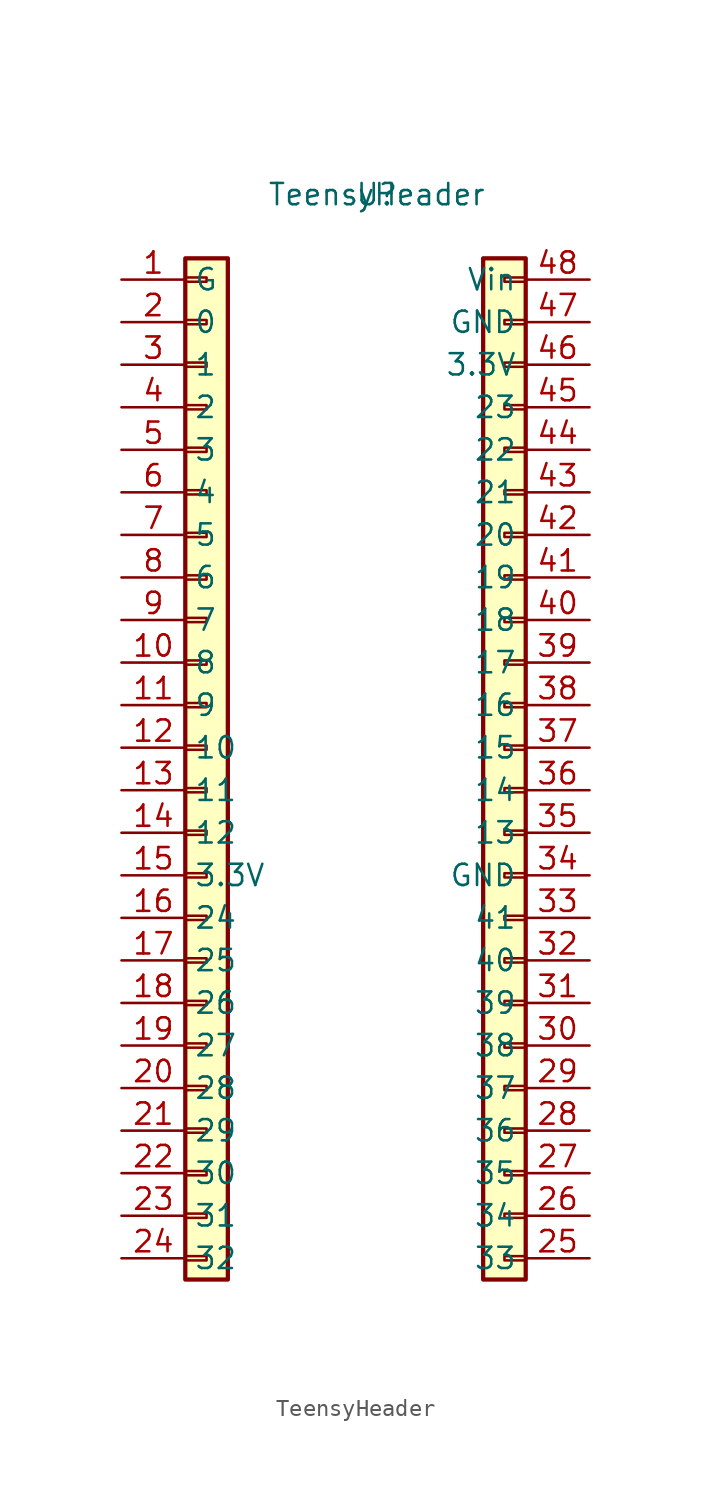
<source format=kicad_sym>
(kicad_symbol_lib
  (version 20211014)
  (generator kicad_symbol_editor)
  (symbol "TeensyHeader"
    (property "Reference" "U"
      (at 0 0 0)
      (effects (font (size 1.27 1.27))))
    (property "Value" "TeensyHeader"
      (at 0 0 0)
      (effects (font (size 1.27 1.27))))
    (symbol "TeensyHeader_1_1"
      (rectangle (start -11.43 -63.373) (end -10.16 -63.627) (stroke (width 0.152) (type default) (color 0 0 0 0)) (fill (type none)))
      (rectangle (start -11.43 -60.833) (end -10.16 -61.087) (stroke (width 0.152) (type default) (color 0 0 0 0)) (fill (type none)))
      (rectangle (start -11.43 -58.293) (end -10.16 -58.547) (stroke (width 0.152) (type default) (color 0 0 0 0)) (fill (type none)))
      (rectangle (start -11.43 -55.753) (end -10.16 -56.007) (stroke (width 0.152) (type default) (color 0 0 0 0)) (fill (type none)))
      (rectangle (start -11.43 -53.213) (end -10.16 -53.467) (stroke (width 0.152) (type default) (color 0 0 0 0)) (fill (type none)))
      (rectangle (start -11.43 -50.673) (end -10.16 -50.927) (stroke (width 0.152) (type default) (color 0 0 0 0)) (fill (type none)))
      (rectangle (start -11.43 -48.133) (end -10.16 -48.387) (stroke (width 0.152) (type default) (color 0 0 0 0)) (fill (type none)))
      (rectangle (start -11.43 -45.593) (end -10.16 -45.847) (stroke (width 0.152) (type default) (color 0 0 0 0)) (fill (type none)))
      (rectangle (start -11.43 -43.053) (end -10.16 -43.307) (stroke (width 0.152) (type default) (color 0 0 0 0)) (fill (type none)))
      (rectangle (start -11.43 -40.513) (end -10.16 -40.767) (stroke (width 0.152) (type default) (color 0 0 0 0)) (fill (type none)))
      (rectangle (start -11.43 -37.973) (end -10.16 -38.227) (stroke (width 0.152) (type default) (color 0 0 0 0)) (fill (type none)))
      (rectangle (start -11.43 -35.433) (end -10.16 -35.687) (stroke (width 0.152) (type default) (color 0 0 0 0)) (fill (type none)))
      (rectangle (start -11.43 -32.893) (end -10.16 -33.147) (stroke (width 0.152) (type default) (color 0 0 0 0)) (fill (type none)))
      (rectangle (start -11.43 -30.353) (end -10.16 -30.607) (stroke (width 0.152) (type default) (color 0 0 0 0)) (fill (type none)))
      (rectangle (start -11.43 -27.813) (end -10.16 -28.067) (stroke (width 0.152) (type default) (color 0 0 0 0)) (fill (type none)))
      (rectangle (start -11.43 -25.273) (end -10.16 -25.527) (stroke (width 0.152) (type default) (color 0 0 0 0)) (fill (type none)))
      (rectangle (start -11.43 -22.733) (end -10.16 -22.987) (stroke (width 0.152) (type default) (color 0 0 0 0)) (fill (type none)))
      (rectangle (start -11.43 -20.193) (end -10.16 -20.447) (stroke (width 0.152) (type default) (color 0 0 0 0)) (fill (type none)))
      (rectangle (start -11.43 -17.653) (end -10.16 -17.907) (stroke (width 0.152) (type default) (color 0 0 0 0)) (fill (type none)))
      (rectangle (start -11.43 -15.113) (end -10.16 -15.367) (stroke (width 0.152) (type default) (color 0 0 0 0)) (fill (type none)))
      (rectangle (start -11.43 -12.573) (end -10.16 -12.827) (stroke (width 0.152) (type default) (color 0 0 0 0)) (fill (type none)))
      (rectangle (start -11.43 -10.033) (end -10.16 -10.287) (stroke (width 0.152) (type default) (color 0 0 0 0)) (fill (type none)))
      (rectangle (start -11.43 -7.493) (end -10.16 -7.747) (stroke (width 0.152) (type default) (color 0 0 0 0)) (fill (type none)))
      (rectangle (start -11.43 -4.953) (end -10.16 -5.207) (stroke (width 0.152) (type default) (color 0 0 0 0)) (fill (type none)))
      (rectangle (start -11.43 -3.81) (end -8.89 -64.77) (stroke (width 0.254) (type default) (color 0 0 0 0)) (fill (type background)))
      (rectangle (start 8.89 -64.77) (end 6.35 -3.81) (stroke (width 0.254) (type default) (color 0 0 0 0)) (fill (type background)))
      (rectangle (start 8.89 -63.627) (end 7.62 -63.373) (stroke (width 0.152) (type default) (color 0 0 0 0)) (fill (type none)))
      (rectangle (start 8.89 -61.087) (end 7.62 -60.833) (stroke (width 0.152) (type default) (color 0 0 0 0)) (fill (type none)))
      (rectangle (start 8.89 -58.547) (end 7.62 -58.293) (stroke (width 0.152) (type default) (color 0 0 0 0)) (fill (type none)))
      (rectangle (start 8.89 -56.007) (end 7.62 -55.753) (stroke (width 0.152) (type default) (color 0 0 0 0)) (fill (type none)))
      (rectangle (start 8.89 -53.467) (end 7.62 -53.213) (stroke (width 0.152) (type default) (color 0 0 0 0)) (fill (type none)))
      (rectangle (start 8.89 -50.927) (end 7.62 -50.673) (stroke (width 0.152) (type default) (color 0 0 0 0)) (fill (type none)))
      (rectangle (start 8.89 -48.387) (end 7.62 -48.133) (stroke (width 0.152) (type default) (color 0 0 0 0)) (fill (type none)))
      (rectangle (start 8.89 -45.847) (end 7.62 -45.593) (stroke (width 0.152) (type default) (color 0 0 0 0)) (fill (type none)))
      (rectangle (start 8.89 -43.307) (end 7.62 -43.053) (stroke (width 0.152) (type default) (color 0 0 0 0)) (fill (type none)))
      (rectangle (start 8.89 -40.767) (end 7.62 -40.513) (stroke (width 0.152) (type default) (color 0 0 0 0)) (fill (type none)))
      (rectangle (start 8.89 -38.227) (end 7.62 -37.973) (stroke (width 0.152) (type default) (color 0 0 0 0)) (fill (type none)))
      (rectangle (start 8.89 -35.687) (end 7.62 -35.433) (stroke (width 0.152) (type default) (color 0 0 0 0)) (fill (type none)))
      (rectangle (start 8.89 -33.147) (end 7.62 -32.893) (stroke (width 0.152) (type default) (color 0 0 0 0)) (fill (type none)))
      (rectangle (start 8.89 -30.607) (end 7.62 -30.353) (stroke (width 0.152) (type default) (color 0 0 0 0)) (fill (type none)))
      (rectangle (start 8.89 -28.067) (end 7.62 -27.813) (stroke (width 0.152) (type default) (color 0 0 0 0)) (fill (type none)))
      (rectangle (start 8.89 -25.527) (end 7.62 -25.273) (stroke (width 0.152) (type default) (color 0 0 0 0)) (fill (type none)))
      (rectangle (start 8.89 -22.987) (end 7.62 -22.733) (stroke (width 0.152) (type default) (color 0 0 0 0)) (fill (type none)))
      (rectangle (start 8.89 -20.447) (end 7.62 -20.193) (stroke (width 0.152) (type default) (color 0 0 0 0)) (fill (type none)))
      (rectangle (start 8.89 -17.907) (end 7.62 -17.653) (stroke (width 0.152) (type default) (color 0 0 0 0)) (fill (type none)))
      (rectangle (start 8.89 -15.367) (end 7.62 -15.113) (stroke (width 0.152) (type default) (color 0 0 0 0)) (fill (type none)))
      (rectangle (start 8.89 -12.827) (end 7.62 -12.573) (stroke (width 0.152) (type default) (color 0 0 0 0)) (fill (type none)))
      (rectangle (start 8.89 -10.287) (end 7.62 -10.033) (stroke (width 0.152) (type default) (color 0 0 0 0)) (fill (type none)))
      (rectangle (start 8.89 -7.747) (end 7.62 -7.493) (stroke (width 0.152) (type default) (color 0 0 0 0)) (fill (type none)))
      (rectangle (start 8.89 -5.207) (end 7.62 -4.953) (stroke (width 0.152) (type default) (color 0 0 0 0)) (fill (type none)))
      (pin passive line (at -15.24 -5.08 0) (length 3.81) (name "G" (effects (font (size 1.27 1.27)))) (number "1" (effects (font (size 1.27 1.27)))))
      (pin passive line (at -15.24 -27.94 0) (length 3.81) (name "8" (effects (font (size 1.27 1.27)))) (number "10" (effects (font (size 1.27 1.27)))))
      (pin passive line (at -15.24 -30.48 0) (length 3.81) (name "9" (effects (font (size 1.27 1.27)))) (number "11" (effects (font (size 1.27 1.27)))))
      (pin passive line (at -15.24 -33.02 0) (length 3.81) (name "10" (effects (font (size 1.27 1.27)))) (number "12" (effects (font (size 1.27 1.27)))))
      (pin passive line (at -15.24 -35.56 0) (length 3.81) (name "11" (effects (font (size 1.27 1.27)))) (number "13" (effects (font (size 1.27 1.27)))))
      (pin passive line (at -15.24 -38.1 0) (length 3.81) (name "12" (effects (font (size 1.27 1.27)))) (number "14" (effects (font (size 1.27 1.27)))))
      (pin passive line (at -15.24 -40.64 0) (length 3.81) (name "3.3V" (effects (font (size 1.27 1.27)))) (number "15" (effects (font (size 1.27 1.27)))))
      (pin passive line (at -15.24 -43.18 0) (length 3.81) (name "24" (effects (font (size 1.27 1.27)))) (number "16" (effects (font (size 1.27 1.27)))))
      (pin passive line (at -15.24 -45.72 0) (length 3.81) (name "25" (effects (font (size 1.27 1.27)))) (number "17" (effects (font (size 1.27 1.27)))))
      (pin passive line (at -15.24 -48.26 0) (length 3.81) (name "26" (effects (font (size 1.27 1.27)))) (number "18" (effects (font (size 1.27 1.27)))))
      (pin passive line (at -15.24 -50.8 0) (length 3.81) (name "27" (effects (font (size 1.27 1.27)))) (number "19" (effects (font (size 1.27 1.27)))))
      (pin passive line (at -15.24 -7.62 0) (length 3.81) (name "0" (effects (font (size 1.27 1.27)))) (number "2" (effects (font (size 1.27 1.27)))))
      (pin passive line (at -15.24 -53.34 0) (length 3.81) (name "28" (effects (font (size 1.27 1.27)))) (number "20" (effects (font (size 1.27 1.27)))))
      (pin passive line (at -15.24 -55.88 0) (length 3.81) (name "29" (effects (font (size 1.27 1.27)))) (number "21" (effects (font (size 1.27 1.27)))))
      (pin passive line (at -15.24 -58.42 0) (length 3.81) (name "30" (effects (font (size 1.27 1.27)))) (number "22" (effects (font (size 1.27 1.27)))))
      (pin passive line (at -15.24 -60.96 0) (length 3.81) (name "31" (effects (font (size 1.27 1.27)))) (number "23" (effects (font (size 1.27 1.27)))))
      (pin passive line (at -15.24 -63.5 0) (length 3.81) (name "32" (effects (font (size 1.27 1.27)))) (number "24" (effects (font (size 1.27 1.27)))))
      (pin passive line (at 12.7 -63.5 180) (length 3.81) (name "33" (effects (font (size 1.27 1.27)))) (number "25" (effects (font (size 1.27 1.27)))))
      (pin passive line (at 12.7 -60.96 180) (length 3.81) (name "34" (effects (font (size 1.27 1.27)))) (number "26" (effects (font (size 1.27 1.27)))))
      (pin passive line (at 12.7 -58.42 180) (length 3.81) (name "35" (effects (font (size 1.27 1.27)))) (number "27" (effects (font (size 1.27 1.27)))))
      (pin passive line (at 12.7 -55.88 180) (length 3.81) (name "36" (effects (font (size 1.27 1.27)))) (number "28" (effects (font (size 1.27 1.27)))))
      (pin passive line (at 12.7 -53.34 180) (length 3.81) (name "37" (effects (font (size 1.27 1.27)))) (number "29" (effects (font (size 1.27 1.27)))))
      (pin passive line (at -15.24 -10.16 0) (length 3.81) (name "1" (effects (font (size 1.27 1.27)))) (number "3" (effects (font (size 1.27 1.27)))))
      (pin passive line (at 12.7 -50.8 180) (length 3.81) (name "38" (effects (font (size 1.27 1.27)))) (number "30" (effects (font (size 1.27 1.27)))))
      (pin passive line (at 12.7 -48.26 180) (length 3.81) (name "39" (effects (font (size 1.27 1.27)))) (number "31" (effects (font (size 1.27 1.27)))))
      (pin passive line (at 12.7 -45.72 180) (length 3.81) (name "40" (effects (font (size 1.27 1.27)))) (number "32" (effects (font (size 1.27 1.27)))))
      (pin passive line (at 12.7 -43.18 180) (length 3.81) (name "41" (effects (font (size 1.27 1.27)))) (number "33" (effects (font (size 1.27 1.27)))))
      (pin passive line (at 12.7 -40.64 180) (length 3.81) (name "GND" (effects (font (size 1.27 1.27)))) (number "34" (effects (font (size 1.27 1.27)))))
      (pin passive line (at 12.7 -38.1 180) (length 3.81) (name "13" (effects (font (size 1.27 1.27)))) (number "35" (effects (font (size 1.27 1.27)))))
      (pin passive line (at 12.7 -35.56 180) (length 3.81) (name "14" (effects (font (size 1.27 1.27)))) (number "36" (effects (font (size 1.27 1.27)))))
      (pin passive line (at 12.7 -33.02 180) (length 3.81) (name "15" (effects (font (size 1.27 1.27)))) (number "37" (effects (font (size 1.27 1.27)))))
      (pin passive line (at 12.7 -30.48 180) (length 3.81) (name "16" (effects (font (size 1.27 1.27)))) (number "38" (effects (font (size 1.27 1.27)))))
      (pin passive line (at 12.7 -27.94 180) (length 3.81) (name "17" (effects (font (size 1.27 1.27)))) (number "39" (effects (font (size 1.27 1.27)))))
      (pin passive line (at -15.24 -12.7 0) (length 3.81) (name "2" (effects (font (size 1.27 1.27)))) (number "4" (effects (font (size 1.27 1.27)))))
      (pin passive line (at 12.7 -25.4 180) (length 3.81) (name "18" (effects (font (size 1.27 1.27)))) (number "40" (effects (font (size 1.27 1.27)))))
      (pin passive line (at 12.7 -22.86 180) (length 3.81) (name "19" (effects (font (size 1.27 1.27)))) (number "41" (effects (font (size 1.27 1.27)))))
      (pin passive line (at 12.7 -20.32 180) (length 3.81) (name "20" (effects (font (size 1.27 1.27)))) (number "42" (effects (font (size 1.27 1.27)))))
      (pin passive line (at 12.7 -17.78 180) (length 3.81) (name "21" (effects (font (size 1.27 1.27)))) (number "43" (effects (font (size 1.27 1.27)))))
      (pin passive line (at 12.7 -15.24 180) (length 3.81) (name "22" (effects (font (size 1.27 1.27)))) (number "44" (effects (font (size 1.27 1.27)))))
      (pin passive line (at 12.7 -12.7 180) (length 3.81) (name "23" (effects (font (size 1.27 1.27)))) (number "45" (effects (font (size 1.27 1.27)))))
      (pin passive line (at 12.7 -10.16 180) (length 3.81) (name "3.3V" (effects (font (size 1.27 1.27)))) (number "46" (effects (font (size 1.27 1.27)))))
      (pin passive line (at 12.7 -7.62 180) (length 3.81) (name "GND" (effects (font (size 1.27 1.27)))) (number "47" (effects (font (size 1.27 1.27)))))
      (pin passive line (at 12.7 -5.08 180) (length 3.81) (name "Vin" (effects (font (size 1.27 1.27)))) (number "48" (effects (font (size 1.27 1.27)))))
      (pin passive line (at -15.24 -15.24 0) (length 3.81) (name "3" (effects (font (size 1.27 1.27)))) (number "5" (effects (font (size 1.27 1.27)))))
      (pin passive line (at -15.24 -17.78 0) (length 3.81) (name "4" (effects (font (size 1.27 1.27)))) (number "6" (effects (font (size 1.27 1.27)))))
      (pin passive line (at -15.24 -20.32 0) (length 3.81) (name "5" (effects (font (size 1.27 1.27)))) (number "7" (effects (font (size 1.27 1.27)))))
      (pin passive line (at -15.24 -22.86 0) (length 3.81) (name "6" (effects (font (size 1.27 1.27)))) (number "8" (effects (font (size 1.27 1.27)))))
      (pin passive line (at -15.24 -25.4 0) (length 3.81) (name "7" (effects (font (size 1.27 1.27)))) (number "9" (effects (font (size 1.27 1.27))))))))
</source>
